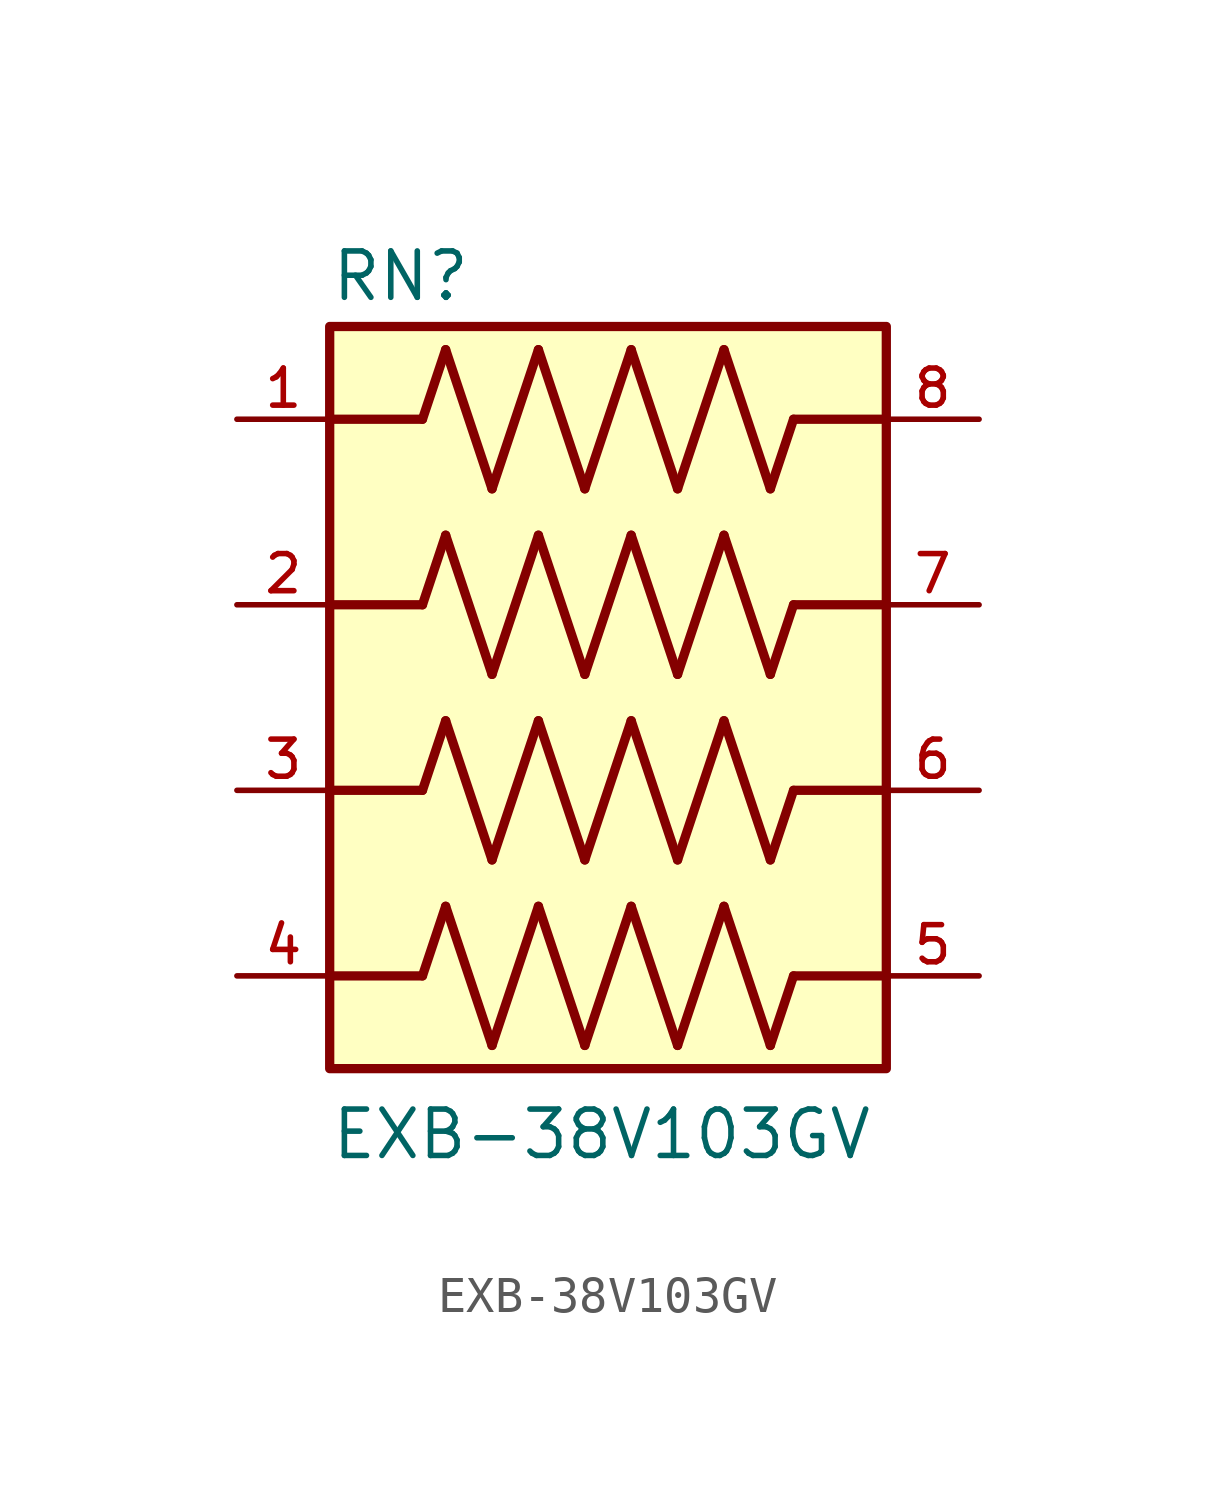
<source format=kicad_sym>
(kicad_symbol_lib
  (version 20211014)
  (generator kicad_symbol_editor)
  (symbol "EXB-38V103GV"
    (pin_names
      (offset 1.016))
    (property "Reference" "RN"
      (at -7.62 10.795 0)
      (effects (font (size 1.27 1.27)) (justify bottom left)))
    (property "Value" "EXB-38V103GV"
      (at -7.62 -12.7 0)
      (effects (font (size 1.27 1.27)) (justify bottom left)))
    (symbol "EXB-38V103GV_0_0"
      (polyline (pts (xy -5.08 7.62) (xy -4.445 9.525)) (stroke (width 0.254)))
      (polyline (pts (xy -4.445 9.525) (xy -3.175 5.715)) (stroke (width 0.254)))
      (polyline (pts (xy -3.175 5.715) (xy -1.905 9.525)) (stroke (width 0.254)))
      (polyline (pts (xy -1.905 9.525) (xy -0.635 5.715)) (stroke (width 0.254)))
      (polyline (pts (xy -0.635 5.715) (xy 0.635 9.525)) (stroke (width 0.254)))
      (polyline (pts (xy 0.635 9.525) (xy 1.905 5.715)) (stroke (width 0.254)))
      (polyline (pts (xy 1.905 5.715) (xy 3.175 9.525)) (stroke (width 0.254)))
      (polyline (pts (xy 3.175 9.525) (xy 4.445 5.715)) (stroke (width 0.254)))
      (polyline (pts (xy 4.445 5.715) (xy 5.08 7.62)) (stroke (width 0.254)))
      (polyline (pts (xy -5.08 2.54) (xy -4.445 4.445)) (stroke (width 0.254)))
      (polyline (pts (xy -4.445 4.445) (xy -3.175 0.635)) (stroke (width 0.254)))
      (polyline (pts (xy -3.175 0.635) (xy -1.905 4.445)) (stroke (width 0.254)))
      (polyline (pts (xy -1.905 4.445) (xy -0.635 0.635)) (stroke (width 0.254)))
      (polyline (pts (xy -0.635 0.635) (xy 0.635 4.445)) (stroke (width 0.254)))
      (polyline (pts (xy 0.635 4.445) (xy 1.905 0.635)) (stroke (width 0.254)))
      (polyline (pts (xy 1.905 0.635) (xy 3.175 4.445)) (stroke (width 0.254)))
      (polyline (pts (xy 3.175 4.445) (xy 4.445 0.635)) (stroke (width 0.254)))
      (polyline (pts (xy 4.445 0.635) (xy 5.08 2.54)) (stroke (width 0.254)))
      (polyline (pts (xy -5.08 -2.54) (xy -4.445 -0.635)) (stroke (width 0.254)))
      (polyline (pts (xy -4.445 -0.635) (xy -3.175 -4.445)) (stroke (width 0.254)))
      (polyline (pts (xy -3.175 -4.445) (xy -1.905 -0.635)) (stroke (width 0.254)))
      (polyline (pts (xy -1.905 -0.635) (xy -0.635 -4.445)) (stroke (width 0.254)))
      (polyline (pts (xy -0.635 -4.445) (xy 0.635 -0.635)) (stroke (width 0.254)))
      (polyline (pts (xy 0.635 -0.635) (xy 1.905 -4.445)) (stroke (width 0.254)))
      (polyline (pts (xy 1.905 -4.445) (xy 3.175 -0.635)) (stroke (width 0.254)))
      (polyline (pts (xy 3.175 -0.635) (xy 4.445 -4.445)) (stroke (width 0.254)))
      (polyline (pts (xy 4.445 -4.445) (xy 5.08 -2.54)) (stroke (width 0.254)))
      (polyline (pts (xy -5.08 -7.62) (xy -4.445 -5.715)) (stroke (width 0.254)))
      (polyline (pts (xy -4.445 -5.715) (xy -3.175 -9.525)) (stroke (width 0.254)))
      (polyline (pts (xy -3.175 -9.525) (xy -1.905 -5.715)) (stroke (width 0.254)))
      (polyline (pts (xy -1.905 -5.715) (xy -0.635 -9.525)) (stroke (width 0.254)))
      (polyline (pts (xy -0.635 -9.525) (xy 0.635 -5.715)) (stroke (width 0.254)))
      (polyline (pts (xy 0.635 -5.715) (xy 1.905 -9.525)) (stroke (width 0.254)))
      (polyline (pts (xy 1.905 -9.525) (xy 3.175 -5.715)) (stroke (width 0.254)))
      (polyline (pts (xy 3.175 -5.715) (xy 4.445 -9.525)) (stroke (width 0.254)))
      (polyline (pts (xy 4.445 -9.525) (xy 5.08 -7.62)) (stroke (width 0.254)))
      (polyline (pts (xy -5.08 7.62) (xy -7.62 7.62)) (stroke (width 0.254)))
      (polyline (pts (xy -5.08 2.54) (xy -7.62 2.54)) (stroke (width 0.254)))
      (polyline (pts (xy -5.08 -2.54) (xy -7.62 -2.54)) (stroke (width 0.254)))
      (polyline (pts (xy -5.08 -7.62) (xy -7.62 -7.62)) (stroke (width 0.254)))
      (polyline (pts (xy 5.08 -7.62) (xy 7.62 -7.62)) (stroke (width 0.254)))
      (polyline (pts (xy 5.08 -2.54) (xy 7.62 -2.54)) (stroke (width 0.254)))
      (polyline (pts (xy 5.08 2.54) (xy 7.62 2.54)) (stroke (width 0.254)))
      (polyline (pts (xy 5.08 7.62) (xy 7.62 7.62)) (stroke (width 0.254)))
      (rectangle (start -7.62 -10.16) (end 7.62 10.16) (stroke (width 0.254)) (fill (type background)))
      (pin passive line (at -10.16 -7.62 0) (length 2.54) (name "~" (effects (font (size 1.016 1.016)))) (number "4" (effects (font (size 1.016 1.016)))))
      (pin passive line (at -10.16 -2.54 0) (length 2.54) (name "~" (effects (font (size 1.016 1.016)))) (number "3" (effects (font (size 1.016 1.016)))))
      (pin passive line (at -10.16 2.54 0) (length 2.54) (name "~" (effects (font (size 1.016 1.016)))) (number "2" (effects (font (size 1.016 1.016)))))
      (pin passive line (at -10.16 7.62 0) (length 2.54) (name "~" (effects (font (size 1.016 1.016)))) (number "1" (effects (font (size 1.016 1.016)))))
      (pin passive line (at 10.16 -2.54 180.0) (length 2.54) (name "~" (effects (font (size 1.016 1.016)))) (number "6" (effects (font (size 1.016 1.016)))))
      (pin passive line (at 10.16 -7.62 180.0) (length 2.54) (name "~" (effects (font (size 1.016 1.016)))) (number "5" (effects (font (size 1.016 1.016)))))
      (pin passive line (at 10.16 7.62 180.0) (length 2.54) (name "~" (effects (font (size 1.016 1.016)))) (number "8" (effects (font (size 1.016 1.016)))))
      (pin passive line (at 10.16 2.54 180.0) (length 2.54) (name "~" (effects (font (size 1.016 1.016)))) (number "7" (effects (font (size 1.016 1.016))))))))
</source>
